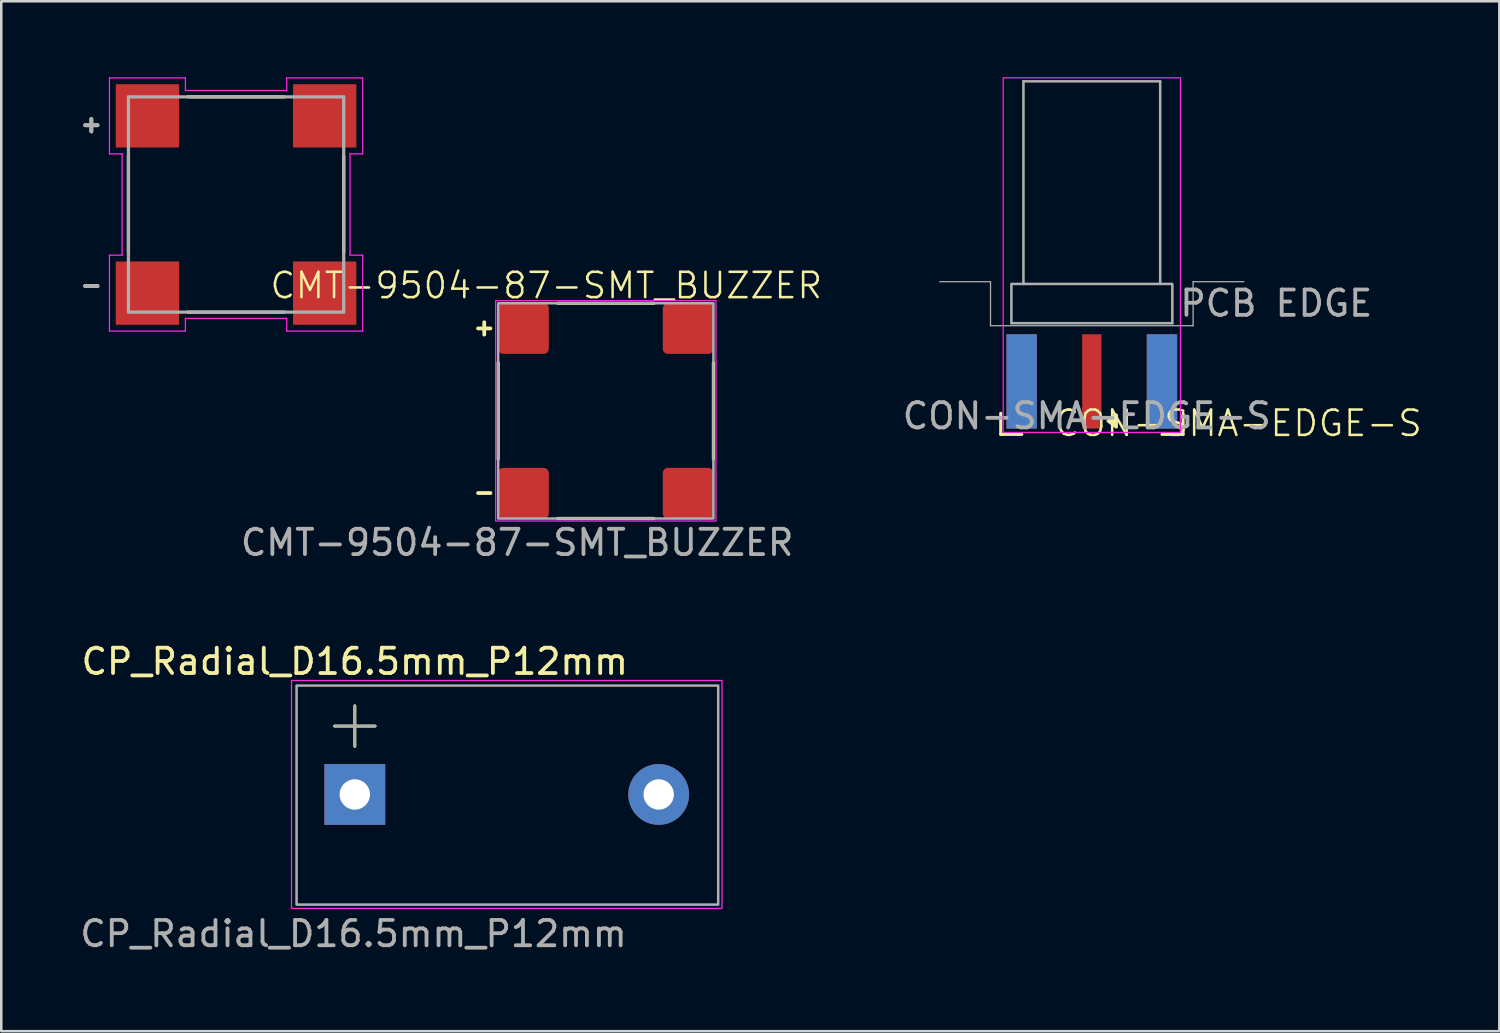
<source format=kicad_pcb>
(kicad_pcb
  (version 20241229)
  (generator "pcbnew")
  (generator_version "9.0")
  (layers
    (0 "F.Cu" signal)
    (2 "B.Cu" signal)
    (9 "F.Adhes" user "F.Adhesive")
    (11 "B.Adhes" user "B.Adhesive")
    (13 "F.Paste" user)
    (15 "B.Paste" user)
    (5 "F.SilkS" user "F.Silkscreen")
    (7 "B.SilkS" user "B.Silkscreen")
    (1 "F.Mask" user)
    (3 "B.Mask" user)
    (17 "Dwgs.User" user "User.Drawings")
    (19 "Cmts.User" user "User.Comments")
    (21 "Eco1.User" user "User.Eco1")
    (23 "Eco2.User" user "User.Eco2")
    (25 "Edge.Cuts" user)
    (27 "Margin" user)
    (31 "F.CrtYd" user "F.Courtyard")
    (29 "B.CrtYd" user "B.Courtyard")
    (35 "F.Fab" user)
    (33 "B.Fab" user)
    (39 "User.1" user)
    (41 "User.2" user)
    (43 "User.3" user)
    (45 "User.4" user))
  (footprint "CP_Radial_D16.5mm_P12mm"
    (layer "F.Cu")
    (at 10.961 28.322)
    (property "Reference" "CP_Radial_D16.5mm_P12mm" (at 0 -5.25 0) (layer "F.SilkS") (effects (font (size 1 1) (thickness 0.15))))
    (attr through_hole)
    (fp_line (start -0.8 -2.7) (end 0.8 -2.7) (stroke (width 0.12) (type solid)) (layer "F.SilkS"))
    (fp_line (start 0 -3.5) (end 0 -1.9) (stroke (width 0.12) (type solid)) (layer "F.SilkS"))
    (fp_rect (start -2.5 -4.5) (end 14.5 4.5) (stroke (width 0.05) (type default)) (fill no) (layer "F.CrtYd"))
    (fp_line (start -0.8 -2.7) (end 0.8 -2.7) (stroke (width 0.1) (type solid)) (layer "F.Fab"))
    (fp_line (start 0 -3.5) (end 0 -1.9) (stroke (width 0.1) (type solid)) (layer "F.Fab"))
    (fp_rect (start -2.3 -4.3) (end 14.35 4.35) (stroke (width 0.1) (type default)) (fill no) (layer "F.Fab"))
    (fp_text user "${REFERENCE}" (at -0.05 5.5 0) (layer "F.Fab") (effects (font (size 1 1) (thickness 0.15))))
    (pad "1" thru_hole rect (at 0 0) (size 2.4 2.4) (drill 1.2) (layers "*.Cu" "*.Mask"))
    (pad "2" thru_hole circle (at 12 0) (size 2.4 2.4) (drill 1.2) (layers "*.Cu" "*.Mask")))
  (footprint "CMT-9504-87-SMT_BUZZER"
    (layer "F.Cu")
    (at 20.872 13.175)
    (property "Reference" "CMT-9504-87-SMT_BUZZER" (at -2.35 -4.95 0) (unlocked yes) (layer "F.SilkS") (effects (font (size 1 1) (thickness 0.1))))
    (attr smd)
    (fp_line (start -18.85 -10.05) (end -18.85 -6.25) (stroke (width 0.127) (type solid)) (layer "F.SilkS"))
    (fp_line (start -16.5 -3.9) (end -12.7 -3.9) (stroke (width 0.127) (type solid)) (layer "F.SilkS"))
    (fp_line (start -12.7 -12.4) (end -16.5 -12.4) (stroke (width 0.127) (type solid)) (layer "F.SilkS"))
    (fp_line (start -10.35 -6.25) (end -10.35 -10.05) (stroke (width 0.127) (type solid)) (layer "F.SilkS"))
    (fp_line (start -4.25 -1.9) (end -4.25 1.9) (stroke (width 0.127) (type solid)) (layer "F.SilkS"))
    (fp_line (start -1.9 -4.25) (end 1.9 -4.25) (stroke (width 0.127) (type solid)) (layer "F.SilkS"))
    (fp_line (start -1.9 4.25) (end 1.9 4.25) (stroke (width 0.127) (type solid)) (layer "F.SilkS"))
    (fp_line (start 4.25 -1.9) (end 4.25 1.9) (stroke (width 0.127) (type solid)) (layer "F.SilkS"))
    (fp_line (start -19.6 -13.15) (end -16.6 -13.15) (stroke (width 0.05) (type solid)) (layer "F.CrtYd"))
    (fp_line (start -19.6 -10.15) (end -19.6 -13.15) (stroke (width 0.05) (type solid)) (layer "F.CrtYd"))
    (fp_line (start -19.6 -6.15) (end -19.1 -6.15) (stroke (width 0.05) (type solid)) (layer "F.CrtYd"))
    (fp_line (start -19.6 -3.15) (end -19.6 -6.15) (stroke (width 0.05) (type solid)) (layer "F.CrtYd"))
    (fp_line (start -19.1 -10.15) (end -19.6 -10.15) (stroke (width 0.05) (type solid)) (layer "F.CrtYd"))
    (fp_line (start -19.1 -6.15) (end -19.1 -10.15) (stroke (width 0.05) (type solid)) (layer "F.CrtYd"))
    (fp_line (start -16.6 -13.15) (end -16.6 -12.65) (stroke (width 0.05) (type solid)) (layer "F.CrtYd"))
    (fp_line (start -16.6 -12.65) (end -12.6 -12.65) (stroke (width 0.05) (type solid)) (layer "F.CrtYd"))
    (fp_line (start -16.6 -3.65) (end -16.6 -3.15) (stroke (width 0.05) (type solid)) (layer "F.CrtYd"))
    (fp_line (start -16.6 -3.15) (end -19.6 -3.15) (stroke (width 0.05) (type solid)) (layer "F.CrtYd"))
    (fp_line (start -12.6 -13.15) (end -9.6 -13.15) (stroke (width 0.05) (type solid)) (layer "F.CrtYd"))
    (fp_line (start -12.6 -12.65) (end -12.6 -13.15) (stroke (width 0.05) (type solid)) (layer "F.CrtYd"))
    (fp_line (start -12.6 -3.65) (end -16.6 -3.65) (stroke (width 0.05) (type solid)) (layer "F.CrtYd"))
    (fp_line (start -12.6 -3.15) (end -12.6 -3.65) (stroke (width 0.05) (type solid)) (layer "F.CrtYd"))
    (fp_line (start -10.1 -10.15) (end -10.1 -6.15) (stroke (width 0.05) (type solid)) (layer "F.CrtYd"))
    (fp_line (start -10.1 -6.15) (end -9.6 -6.15) (stroke (width 0.05) (type solid)) (layer "F.CrtYd"))
    (fp_line (start -9.6 -13.15) (end -9.6 -10.15) (stroke (width 0.05) (type solid)) (layer "F.CrtYd"))
    (fp_line (start -9.6 -10.15) (end -10.1 -10.15) (stroke (width 0.05) (type solid)) (layer "F.CrtYd"))
    (fp_line (start -9.6 -6.15) (end -9.6 -3.15) (stroke (width 0.05) (type solid)) (layer "F.CrtYd"))
    (fp_line (start -9.6 -3.15) (end -12.6 -3.15) (stroke (width 0.05) (type solid)) (layer "F.CrtYd"))
    (fp_rect (start -4.35 -4.35) (end 4.35 4.35) (stroke (width 0.05) (type default)) (fill no) (layer "F.CrtYd"))
    (fp_line (start -18.85 -12.4) (end -18.85 -3.9) (stroke (width 0.127) (type solid)) (layer "F.Fab"))
    (fp_line (start -18.85 -3.9) (end -10.35 -3.9) (stroke (width 0.127) (type solid)) (layer "F.Fab"))
    (fp_line (start -10.35 -12.4) (end -18.85 -12.4) (stroke (width 0.127) (type solid)) (layer "F.Fab"))
    (fp_line (start -10.35 -3.9) (end -10.35 -12.4) (stroke (width 0.127) (type solid)) (layer "F.Fab"))
    (fp_rect (start -4.25 -4.25) (end 4.25 4.25) (stroke (width 0.1) (type default)) (fill no) (layer "F.Fab"))
    (fp_text user "+" (at -20.315 -11.325 0) (layer "F.SilkS") (effects (font (size 0.64 0.64) (thickness 0.15))))
    (fp_text user "-" (at -4.8 3.2 0) (layer "F.SilkS") (effects (font (size 0.64 0.64) (thickness 0.15))))
    (fp_text user "+" (at -4.8 -3.3 0) (layer "F.SilkS") (effects (font (size 0.64 0.64) (thickness 0.15))))
    (fp_text user "-" (at -20.315 -4.975 0) (layer "F.SilkS") (effects (font (size 0.64 0.64) (thickness 0.15))))
    (fp_text user "+" (at -20.315 -11.325 0) (layer "F.Fab") (effects (font (size 0.64 0.64) (thickness 0.15))))
    (fp_text user "-" (at -20.315 -4.975 0) (layer "F.Fab") (effects (font (size 0.64 0.64) (thickness 0.15))))
    (fp_text user "${REFERENCE}" (at -3.5 5.2 0) (unlocked yes) (layer "F.Fab") (effects (font (size 1 1) (thickness 0.15))))
    (pad "1" smd rect (at -11.1 -11.65) (size 2.5 2.5) (layers "F.Cu" "F.Mask" "F.Paste"))
    (pad "1" smd roundrect (at -3.25 -3.25) (size 2 2) (layers "F.Cu" "F.Mask" "F.Paste") (roundrect_rratio 0.1))
    (pad "2" smd rect (at -11.1 -4.65) (size 2.5 2.5) (layers "F.Cu" "F.Mask" "F.Paste"))
    (pad "2" smd roundrect (at -3.25 3.25) (size 2 2) (layers "F.Cu" "F.Mask" "F.Paste") (roundrect_rratio 0.1))
    (pad "3" smd roundrect (at 3.25 -3.25) (size 2 2) (layers "F.Cu" "F.Mask" "F.Paste") (roundrect_rratio 0.1))
    (pad "4" smd roundrect (at 3.25 3.25) (size 2 2) (layers "F.Cu" "F.Mask" "F.Paste") (roundrect_rratio 0.1))
    (pad "N" smd rect (at -18.1 -4.65) (size 2.5 2.5) (layers "F.Cu" "F.Mask" "F.Paste"))
    (pad "P" smd rect (at -18.1 -11.65) (size 2.5 2.5) (layers "F.Cu" "F.Mask" "F.Paste")))
  (footprint "CON-SMA-EDGE-S"
    (layer "F.Cu")
    (at 40.064 12.012)
    (property "Reference" "CON-SMA-EDGE-S" (at 5.78 1.653 0) (unlocked yes) (layer "F.SilkS") (effects (font (size 1 1) (thickness 0.1))))
    (attr smd)
    (fp_line (start -3.597 1.258) (end -3.597 2.092) (stroke (width 0.12) (type default)) (layer "F.SilkS"))
    (fp_line (start -3.597 2.092) (end -2.763 2.092) (stroke (width 0.12) (type default)) (layer "F.SilkS"))
    (fp_line (start 2.77 2.092) (end 3.605 2.092) (stroke (width 0.12) (type default)) (layer "F.SilkS"))
    (fp_line (start 3.605 2.092) (end 3.605 1.258) (stroke (width 0.12) (type default)) (layer "F.SilkS"))
    (fp_poly (pts (xy 0.64 1.562) (xy 0.97 1.323) (xy 0.97 1.802) (xy 0.64 1.562)) (stroke (width 0.12) (type solid)) (fill yes) (layer "F.SilkS"))
    (fp_rect (start -3.5 -11.988) (end 3.5 2.013) (stroke (width 0.05) (type default)) (fill no) (layer "F.CrtYd"))
    (fp_line (start -4 -3.938) (end -6 -3.938) (stroke (width 0.05) (type default)) (layer "F.Fab"))
    (fp_line (start -4 -2.2) (end -4 -3.938) (stroke (width 0.05) (type default)) (layer "F.Fab"))
    (fp_line (start -3.175 -3.85) (end 3.18 -3.85) (stroke (width 0.1) (type default)) (layer "F.Fab"))
    (fp_line (start -3.175 -2.3) (end -3.175 -3.8) (stroke (width 0.1) (type default)) (layer "F.Fab"))
    (fp_line (start -3.175 -2.3) (end 3.18 -2.3) (stroke (width 0.1) (type default)) (layer "F.Fab"))
    (fp_line (start -2.7 -11.85) (end 2.7 -11.85) (stroke (width 0.1) (type default)) (layer "F.Fab"))
    (fp_line (start -2.7 -3.85) (end -2.7 -11.85) (stroke (width 0.1) (type default)) (layer "F.Fab"))
    (fp_line (start 2.7 -3.85) (end 2.7 -11.85) (stroke (width 0.1) (type default)) (layer "F.Fab"))
    (fp_line (start 3.18 -2.3) (end 3.18 -3.8) (stroke (width 0.1) (type default)) (layer "F.Fab"))
    (fp_line (start 4 -3.938) (end 6 -3.938) (stroke (width 0.05) (type default)) (layer "F.Fab"))
    (fp_line (start 4 -2.2) (end -4 -2.2) (stroke (width 0.05) (type default)) (layer "F.Fab"))
    (fp_line (start 4 -2.2) (end 4 -3.938) (stroke (width 0.05) (type default)) (layer "F.Fab"))
    (fp_text user "PCB EDGE" (at 3.4 -2.5 0) (unlocked yes) (layer "F.Fab") (effects (font (size 1 1) (thickness 0.15)) (justify left bottom)))
    (fp_text user "${REFERENCE}" (at -0.2 1.363 0) (unlocked yes) (layer "F.Fab") (effects (font (size 1 1) (thickness 0.15))))
    (pad "1" smd rect (at 0 0) (size 0.76 3.725) (layers "F.Cu" "F.Mask" "F.Paste"))
    (pad "2" smd rect (at -2.77 0) (size 1.2 3.725) (layers "F.Cu" "F.Mask" "F.Paste"))
    (pad "2" smd rect (at -2.77 0) (size 1.2 3.725) (layers "B.Cu" "B.Mask"))
    (pad "2" smd rect (at 2.77 0) (size 1.2 3.725) (layers "F.Cu" "F.Mask" "F.Paste"))
    (pad "2" smd rect (at 2.77 0) (size 1.2 3.725) (layers "B.Cu" "B.Mask"))
    (zone (net_name "") (layers "F.Cu" "B.Cu") (hatch edge 0.5) (connect_pads) (min_thickness 0.25) (filled_areas_thickness no) (keepout (tracks allowed) (vias not_allowed) (pads allowed) (copperpour not_allowed) (footprints allowed)) (placement (enabled no)) (fill) (polygon (pts (xy 40.714 9.945) (xy 40.714 14.105) (xy 39.414 14.105) (xy 39.414 9.945)))))
  (gr_rect
    (start -3 -3)
    (end 56.156 37.67)
    (stroke (width 0.1) (type default))
    (fill no)
    (layer "Edge.Cuts")))
</source>
